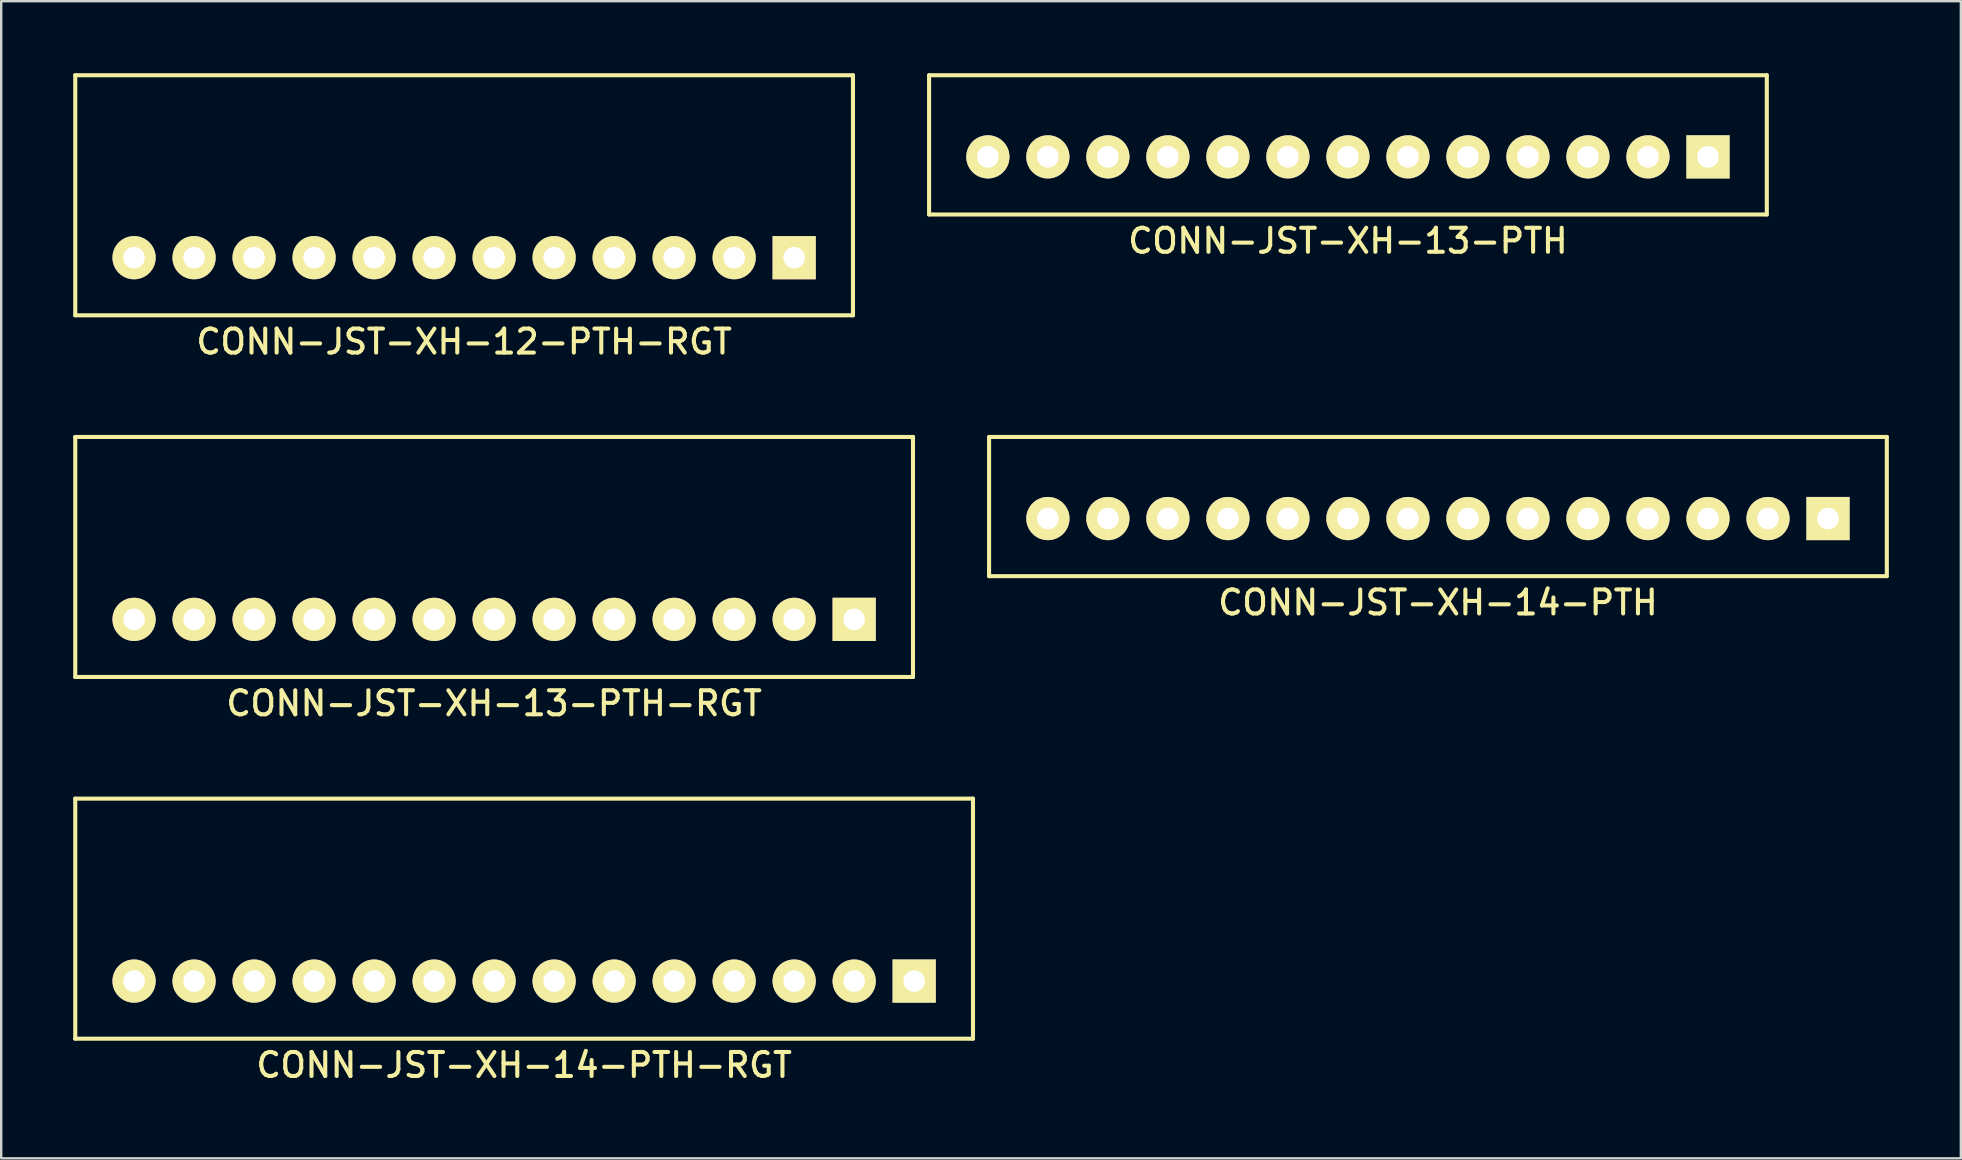
<source format=kicad_pcb>
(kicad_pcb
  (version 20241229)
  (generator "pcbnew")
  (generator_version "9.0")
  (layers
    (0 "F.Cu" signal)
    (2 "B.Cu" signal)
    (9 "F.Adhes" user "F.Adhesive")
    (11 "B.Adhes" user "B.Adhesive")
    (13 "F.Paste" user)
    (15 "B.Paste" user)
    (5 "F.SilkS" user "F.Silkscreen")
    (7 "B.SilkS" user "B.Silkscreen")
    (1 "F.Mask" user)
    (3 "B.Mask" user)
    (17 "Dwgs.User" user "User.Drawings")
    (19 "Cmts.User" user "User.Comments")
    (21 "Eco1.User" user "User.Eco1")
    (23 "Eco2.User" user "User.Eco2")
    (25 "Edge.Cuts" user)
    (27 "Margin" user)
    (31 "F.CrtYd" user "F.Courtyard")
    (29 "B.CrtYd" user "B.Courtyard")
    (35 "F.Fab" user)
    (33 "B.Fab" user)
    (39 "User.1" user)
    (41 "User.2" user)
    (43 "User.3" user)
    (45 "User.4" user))
  (footprint "CONN-JST-XH-13-PTH-RGT"
    (layer "F.Cu")
    (at 17.535 22.753)
    (property "Reference" "CONN-JST-XH-13-PTH-RGT" (at 0 3.5 0) (layer "F.SilkS") (effects (font (size 1 1) (thickness 0.17))))
    (attr through_hole)
    (fp_line (start -17.45 -7.6) (end 17.45 -7.6) (stroke (width 0.17) (type solid)) (layer "F.SilkS"))
    (fp_line (start -17.45 2.4) (end -17.45 -7.6) (stroke (width 0.17) (type solid)) (layer "F.SilkS"))
    (fp_line (start -17.45 2.4) (end 17.45 2.4) (stroke (width 0.17) (type solid)) (layer "F.SilkS"))
    (fp_line (start 17.45 2.4) (end 17.45 -7.6) (stroke (width 0.17) (type solid)) (layer "F.SilkS"))
    (pad "1" thru_hole rect (at 15 0) (size 1.8 1.8) (drill 0.9) (layers "*.Cu" "*.Mask" "F.SilkS"))
    (pad "2" thru_hole circle (at 12.5 0) (size 1.8 1.8) (drill 0.9) (layers "*.Cu" "*.Mask" "F.SilkS"))
    (pad "3" thru_hole circle (at 10 0) (size 1.8 1.8) (drill 0.9) (layers "*.Cu" "*.Mask" "F.SilkS"))
    (pad "4" thru_hole circle (at 7.5 0) (size 1.8 1.8) (drill 0.9) (layers "*.Cu" "*.Mask" "F.SilkS"))
    (pad "5" thru_hole circle (at 5 0) (size 1.8 1.8) (drill 0.9) (layers "*.Cu" "*.Mask" "F.SilkS"))
    (pad "6" thru_hole circle (at 2.5 0) (size 1.8 1.8) (drill 0.9) (layers "*.Cu" "*.Mask" "F.SilkS"))
    (pad "7" thru_hole circle (at 0 0) (size 1.8 1.8) (drill 0.9) (layers "*.Cu" "*.Mask" "F.SilkS"))
    (pad "8" thru_hole circle (at -2.5 0) (size 1.8 1.8) (drill 0.9) (layers "*.Cu" "*.Mask" "F.SilkS"))
    (pad "9" thru_hole circle (at -5 0) (size 1.8 1.8) (drill 0.9) (layers "*.Cu" "*.Mask" "F.SilkS"))
    (pad "10" thru_hole circle (at -7.5 0) (size 1.8 1.8) (drill 0.9) (layers "*.Cu" "*.Mask" "F.SilkS"))
    (pad "11" thru_hole circle (at -10 0) (size 1.8 1.8) (drill 0.9) (layers "*.Cu" "*.Mask" "F.SilkS"))
    (pad "12" thru_hole circle (at -12.5 0) (size 1.8 1.8) (drill 0.9) (layers "*.Cu" "*.Mask" "F.SilkS"))
    (pad "13" thru_hole circle (at -15 0) (size 1.8 1.8) (drill 0.9) (layers "*.Cu" "*.Mask" "F.SilkS")))
  (footprint "CONN-JST-XH-14-PTH"
    (layer "F.Cu")
    (at 56.855 18.553)
    (property "Reference" "CONN-JST-XH-14-PTH" (at 0 3.5 0) (layer "F.SilkS") (effects (font (size 1 1) (thickness 0.17))))
    (attr through_hole)
    (fp_line (start -18.7 -3.4) (end 18.7 -3.4) (stroke (width 0.17) (type solid)) (layer "F.SilkS"))
    (fp_line (start -18.7 2.4) (end -18.7 -3.4) (stroke (width 0.17) (type solid)) (layer "F.SilkS"))
    (fp_line (start -18.7 2.4) (end 18.7 2.4) (stroke (width 0.17) (type solid)) (layer "F.SilkS"))
    (fp_line (start 18.7 2.4) (end 18.7 -3.4) (stroke (width 0.17) (type solid)) (layer "F.SilkS"))
    (pad "1" thru_hole rect (at 16.25 0) (size 1.8 1.8) (drill 0.9) (layers "*.Cu" "*.Mask" "F.SilkS"))
    (pad "2" thru_hole circle (at 13.75 0) (size 1.8 1.8) (drill 0.9) (layers "*.Cu" "*.Mask" "F.SilkS"))
    (pad "3" thru_hole circle (at 11.25 0) (size 1.8 1.8) (drill 0.9) (layers "*.Cu" "*.Mask" "F.SilkS"))
    (pad "4" thru_hole circle (at 8.75 0) (size 1.8 1.8) (drill 0.9) (layers "*.Cu" "*.Mask" "F.SilkS"))
    (pad "5" thru_hole circle (at 6.25 0) (size 1.8 1.8) (drill 0.9) (layers "*.Cu" "*.Mask" "F.SilkS"))
    (pad "6" thru_hole circle (at 3.75 0) (size 1.8 1.8) (drill 0.9) (layers "*.Cu" "*.Mask" "F.SilkS"))
    (pad "7" thru_hole circle (at 1.25 0) (size 1.8 1.8) (drill 0.9) (layers "*.Cu" "*.Mask" "F.SilkS"))
    (pad "8" thru_hole circle (at -1.25 0) (size 1.8 1.8) (drill 0.9) (layers "*.Cu" "*.Mask" "F.SilkS"))
    (pad "9" thru_hole circle (at -3.75 0) (size 1.8 1.8) (drill 0.9) (layers "*.Cu" "*.Mask" "F.SilkS"))
    (pad "10" thru_hole circle (at -6.25 0) (size 1.8 1.8) (drill 0.9) (layers "*.Cu" "*.Mask" "F.SilkS"))
    (pad "11" thru_hole circle (at -8.75 0) (size 1.8 1.8) (drill 0.9) (layers "*.Cu" "*.Mask" "F.SilkS"))
    (pad "12" thru_hole circle (at -11.25 0) (size 1.8 1.8) (drill 0.9) (layers "*.Cu" "*.Mask" "F.SilkS"))
    (pad "13" thru_hole circle (at -13.75 0) (size 1.8 1.8) (drill 0.9) (layers "*.Cu" "*.Mask" "F.SilkS"))
    (pad "14" thru_hole circle (at -16.25 0) (size 1.8 1.8) (drill 0.9) (layers "*.Cu" "*.Mask" "F.SilkS")))
  (footprint "CONN-JST-XH-14-PTH-RGT"
    (layer "F.Cu")
    (at 18.785 37.822)
    (property "Reference" "CONN-JST-XH-14-PTH-RGT" (at 0 3.5 0) (layer "F.SilkS") (effects (font (size 1 1) (thickness 0.17))))
    (attr through_hole)
    (fp_line (start -18.7 -7.6) (end 18.7 -7.6) (stroke (width 0.17) (type solid)) (layer "F.SilkS"))
    (fp_line (start -18.7 2.4) (end -18.7 -7.6) (stroke (width 0.17) (type solid)) (layer "F.SilkS"))
    (fp_line (start -18.7 2.4) (end 18.7 2.4) (stroke (width 0.17) (type solid)) (layer "F.SilkS"))
    (fp_line (start 18.7 2.4) (end 18.7 -7.6) (stroke (width 0.17) (type solid)) (layer "F.SilkS"))
    (pad "1" thru_hole rect (at 16.25 0) (size 1.8 1.8) (drill 0.9) (layers "*.Cu" "*.Mask" "F.SilkS"))
    (pad "2" thru_hole circle (at 13.75 0) (size 1.8 1.8) (drill 0.9) (layers "*.Cu" "*.Mask" "F.SilkS"))
    (pad "3" thru_hole circle (at 11.25 0) (size 1.8 1.8) (drill 0.9) (layers "*.Cu" "*.Mask" "F.SilkS"))
    (pad "4" thru_hole circle (at 8.75 0) (size 1.8 1.8) (drill 0.9) (layers "*.Cu" "*.Mask" "F.SilkS"))
    (pad "5" thru_hole circle (at 6.25 0) (size 1.8 1.8) (drill 0.9) (layers "*.Cu" "*.Mask" "F.SilkS"))
    (pad "6" thru_hole circle (at 3.75 0) (size 1.8 1.8) (drill 0.9) (layers "*.Cu" "*.Mask" "F.SilkS"))
    (pad "7" thru_hole circle (at 1.25 0) (size 1.8 1.8) (drill 0.9) (layers "*.Cu" "*.Mask" "F.SilkS"))
    (pad "8" thru_hole circle (at -1.25 0) (size 1.8 1.8) (drill 0.9) (layers "*.Cu" "*.Mask" "F.SilkS"))
    (pad "9" thru_hole circle (at -3.75 0) (size 1.8 1.8) (drill 0.9) (layers "*.Cu" "*.Mask" "F.SilkS"))
    (pad "10" thru_hole circle (at -6.25 0) (size 1.8 1.8) (drill 0.9) (layers "*.Cu" "*.Mask" "F.SilkS"))
    (pad "11" thru_hole circle (at -8.75 0) (size 1.8 1.8) (drill 0.9) (layers "*.Cu" "*.Mask" "F.SilkS"))
    (pad "12" thru_hole circle (at -11.25 0) (size 1.8 1.8) (drill 0.9) (layers "*.Cu" "*.Mask" "F.SilkS"))
    (pad "13" thru_hole circle (at -13.75 0) (size 1.8 1.8) (drill 0.9) (layers "*.Cu" "*.Mask" "F.SilkS"))
    (pad "14" thru_hole circle (at -16.25 0) (size 1.8 1.8) (drill 0.9) (layers "*.Cu" "*.Mask" "F.SilkS")))
  (footprint "CONN-JST-XH-12-PTH-RGT"
    (layer "F.Cu")
    (at 16.285 7.685)
    (property "Reference" "CONN-JST-XH-12-PTH-RGT" (at 0 3.5 0) (layer "F.SilkS") (effects (font (size 1 1) (thickness 0.17))))
    (attr through_hole)
    (fp_line (start -16.2 -7.6) (end 16.2 -7.6) (stroke (width 0.17) (type solid)) (layer "F.SilkS"))
    (fp_line (start -16.2 2.4) (end -16.2 -7.6) (stroke (width 0.17) (type solid)) (layer "F.SilkS"))
    (fp_line (start -16.2 2.4) (end 16.2 2.4) (stroke (width 0.17) (type solid)) (layer "F.SilkS"))
    (fp_line (start 16.2 2.4) (end 16.2 -7.6) (stroke (width 0.17) (type solid)) (layer "F.SilkS"))
    (pad "1" thru_hole rect (at 13.75 0) (size 1.8 1.8) (drill 0.9) (layers "*.Cu" "*.Mask" "F.SilkS"))
    (pad "2" thru_hole circle (at 11.25 0) (size 1.8 1.8) (drill 0.9) (layers "*.Cu" "*.Mask" "F.SilkS"))
    (pad "3" thru_hole circle (at 8.75 0) (size 1.8 1.8) (drill 0.9) (layers "*.Cu" "*.Mask" "F.SilkS"))
    (pad "4" thru_hole circle (at 6.25 0) (size 1.8 1.8) (drill 0.9) (layers "*.Cu" "*.Mask" "F.SilkS"))
    (pad "5" thru_hole circle (at 3.75 0) (size 1.8 1.8) (drill 0.9) (layers "*.Cu" "*.Mask" "F.SilkS"))
    (pad "6" thru_hole circle (at 1.25 0) (size 1.8 1.8) (drill 0.9) (layers "*.Cu" "*.Mask" "F.SilkS"))
    (pad "7" thru_hole circle (at -1.25 0) (size 1.8 1.8) (drill 0.9) (layers "*.Cu" "*.Mask" "F.SilkS"))
    (pad "8" thru_hole circle (at -3.75 0) (size 1.8 1.8) (drill 0.9) (layers "*.Cu" "*.Mask" "F.SilkS"))
    (pad "9" thru_hole circle (at -6.25 0) (size 1.8 1.8) (drill 0.9) (layers "*.Cu" "*.Mask" "F.SilkS"))
    (pad "10" thru_hole circle (at -8.75 0) (size 1.8 1.8) (drill 0.9) (layers "*.Cu" "*.Mask" "F.SilkS"))
    (pad "11" thru_hole circle (at -11.25 0) (size 1.8 1.8) (drill 0.9) (layers "*.Cu" "*.Mask" "F.SilkS"))
    (pad "12" thru_hole circle (at -13.75 0) (size 1.8 1.8) (drill 0.9) (layers "*.Cu" "*.Mask" "F.SilkS")))
  (footprint "CONN-JST-XH-13-PTH"
    (layer "F.Cu")
    (at 53.105 3.485)
    (property "Reference" "CONN-JST-XH-13-PTH" (at 0 3.5 0) (layer "F.SilkS") (effects (font (size 1 1) (thickness 0.17))))
    (attr through_hole)
    (fp_line (start -17.45 -3.4) (end 17.45 -3.4) (stroke (width 0.17) (type solid)) (layer "F.SilkS"))
    (fp_line (start -17.45 2.4) (end -17.45 -3.4) (stroke (width 0.17) (type solid)) (layer "F.SilkS"))
    (fp_line (start -17.45 2.4) (end 17.45 2.4) (stroke (width 0.17) (type solid)) (layer "F.SilkS"))
    (fp_line (start 17.45 2.4) (end 17.45 -3.4) (stroke (width 0.17) (type solid)) (layer "F.SilkS"))
    (pad "1" thru_hole rect (at 15 0) (size 1.8 1.8) (drill 0.9) (layers "*.Cu" "*.Mask" "F.SilkS"))
    (pad "2" thru_hole circle (at 12.5 0) (size 1.8 1.8) (drill 0.9) (layers "*.Cu" "*.Mask" "F.SilkS"))
    (pad "3" thru_hole circle (at 10 0) (size 1.8 1.8) (drill 0.9) (layers "*.Cu" "*.Mask" "F.SilkS"))
    (pad "4" thru_hole circle (at 7.5 0) (size 1.8 1.8) (drill 0.9) (layers "*.Cu" "*.Mask" "F.SilkS"))
    (pad "5" thru_hole circle (at 5 0) (size 1.8 1.8) (drill 0.9) (layers "*.Cu" "*.Mask" "F.SilkS"))
    (pad "6" thru_hole circle (at 2.5 0) (size 1.8 1.8) (drill 0.9) (layers "*.Cu" "*.Mask" "F.SilkS"))
    (pad "7" thru_hole circle (at 0 0) (size 1.8 1.8) (drill 0.9) (layers "*.Cu" "*.Mask" "F.SilkS"))
    (pad "8" thru_hole circle (at -2.5 0) (size 1.8 1.8) (drill 0.9) (layers "*.Cu" "*.Mask" "F.SilkS"))
    (pad "9" thru_hole circle (at -5 0) (size 1.8 1.8) (drill 0.9) (layers "*.Cu" "*.Mask" "F.SilkS"))
    (pad "10" thru_hole circle (at -7.5 0) (size 1.8 1.8) (drill 0.9) (layers "*.Cu" "*.Mask" "F.SilkS"))
    (pad "11" thru_hole circle (at -10 0) (size 1.8 1.8) (drill 0.9) (layers "*.Cu" "*.Mask" "F.SilkS"))
    (pad "12" thru_hole circle (at -12.5 0) (size 1.8 1.8) (drill 0.9) (layers "*.Cu" "*.Mask" "F.SilkS"))
    (pad "13" thru_hole circle (at -15 0) (size 1.8 1.8) (drill 0.9) (layers "*.Cu" "*.Mask" "F.SilkS")))
  (gr_rect
    (start -3 -3)
    (end 78.64 45.205)
    (stroke (width 0.1) (type default))
    (fill no)
    (layer "Edge.Cuts")))
</source>
